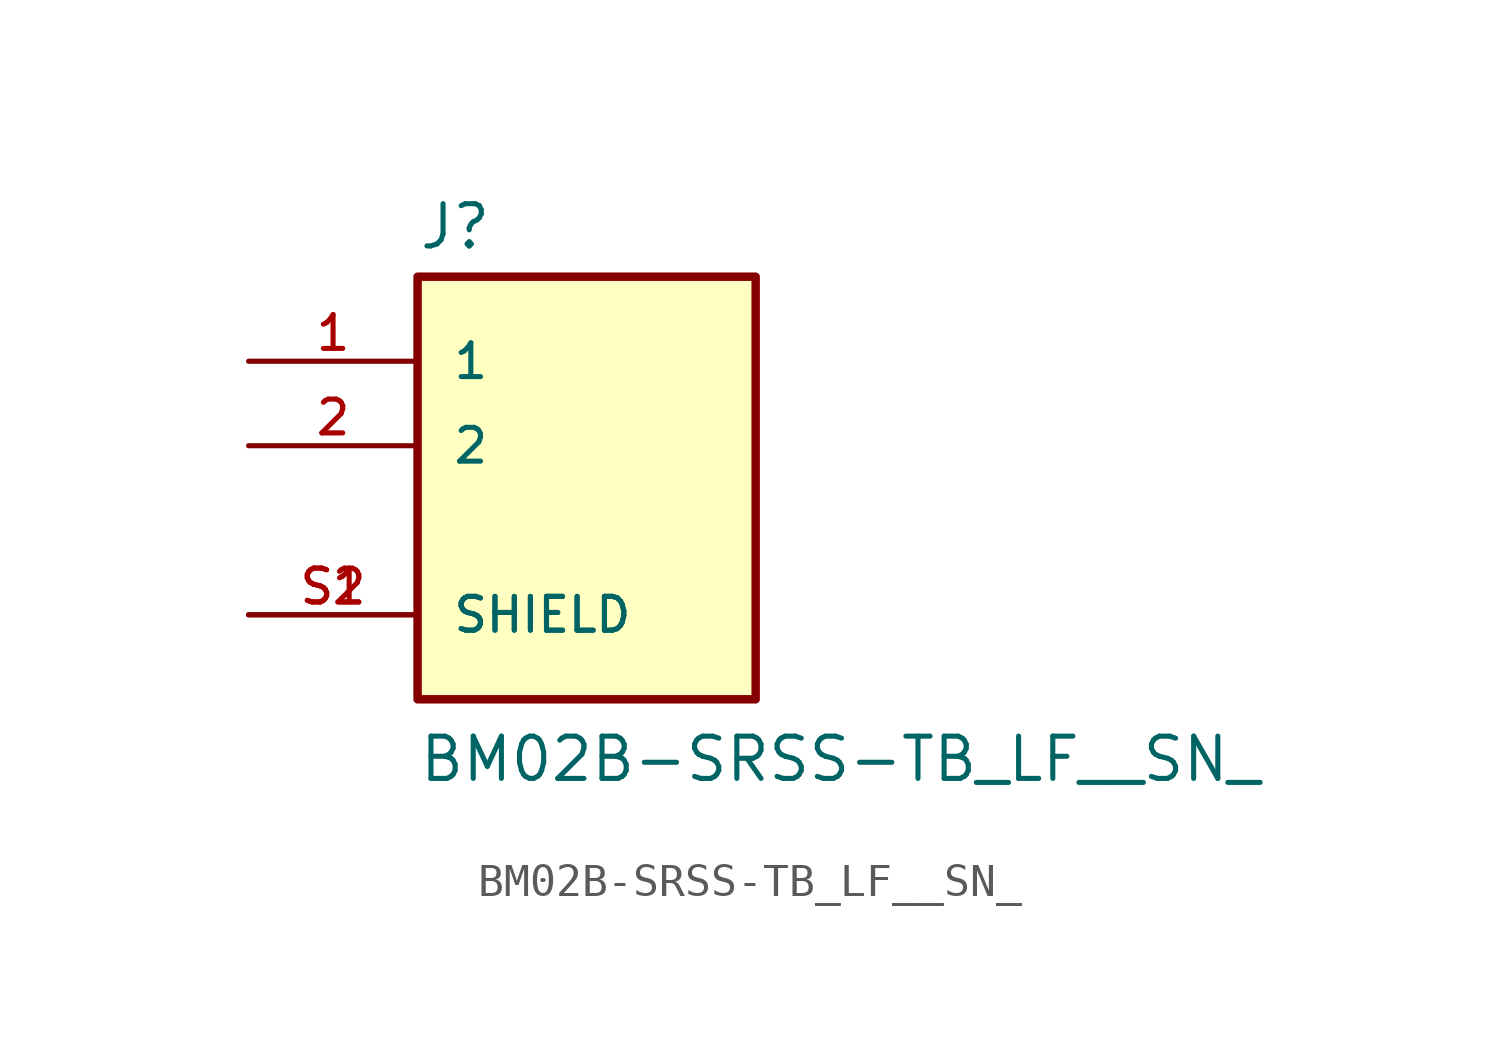
<source format=kicad_sym>
(kicad_symbol_lib
  (version 20211014)
  (generator kicad_symbol_editor)
  (symbol "BM02B-SRSS-TB_LF__SN_"
    (pin_names
      (offset 1.016))
    (property "Reference" "J"
      (at -5.08 8.382 0)
      (effects (font (size 1.27 1.27)) (justify bottom left)))
    (property "Value" "BM02B-SRSS-TB_LF__SN_"
      (at -5.08 -7.62 0)
      (effects (font (size 1.27 1.27)) (justify bottom left)))
    (symbol "BM02B-SRSS-TB_LF__SN__0_0"
      (rectangle (start -5.08 -5.08) (end 5.08 7.62) (stroke (width 0.254)) (fill (type background)))
      (pin passive line (at -10.16 5.08 0) (length 5.08) (name "1" (effects (font (size 1.016 1.016)))) (number "1" (effects (font (size 1.016 1.016)))))
      (pin passive line (at -10.16 2.54 0) (length 5.08) (name "2" (effects (font (size 1.016 1.016)))) (number "2" (effects (font (size 1.016 1.016)))))
      (pin passive line (at -10.16 -2.54 0) (length 5.08) (name "SHIELD" (effects (font (size 1.016 1.016)))) (number "S1" (effects (font (size 1.016 1.016)))))
      (pin passive line (at -10.16 -2.54 0) (length 5.08) (name "SHIELD" (effects (font (size 1.016 1.016)))) (number "S2" (effects (font (size 1.016 1.016))))))))
</source>
